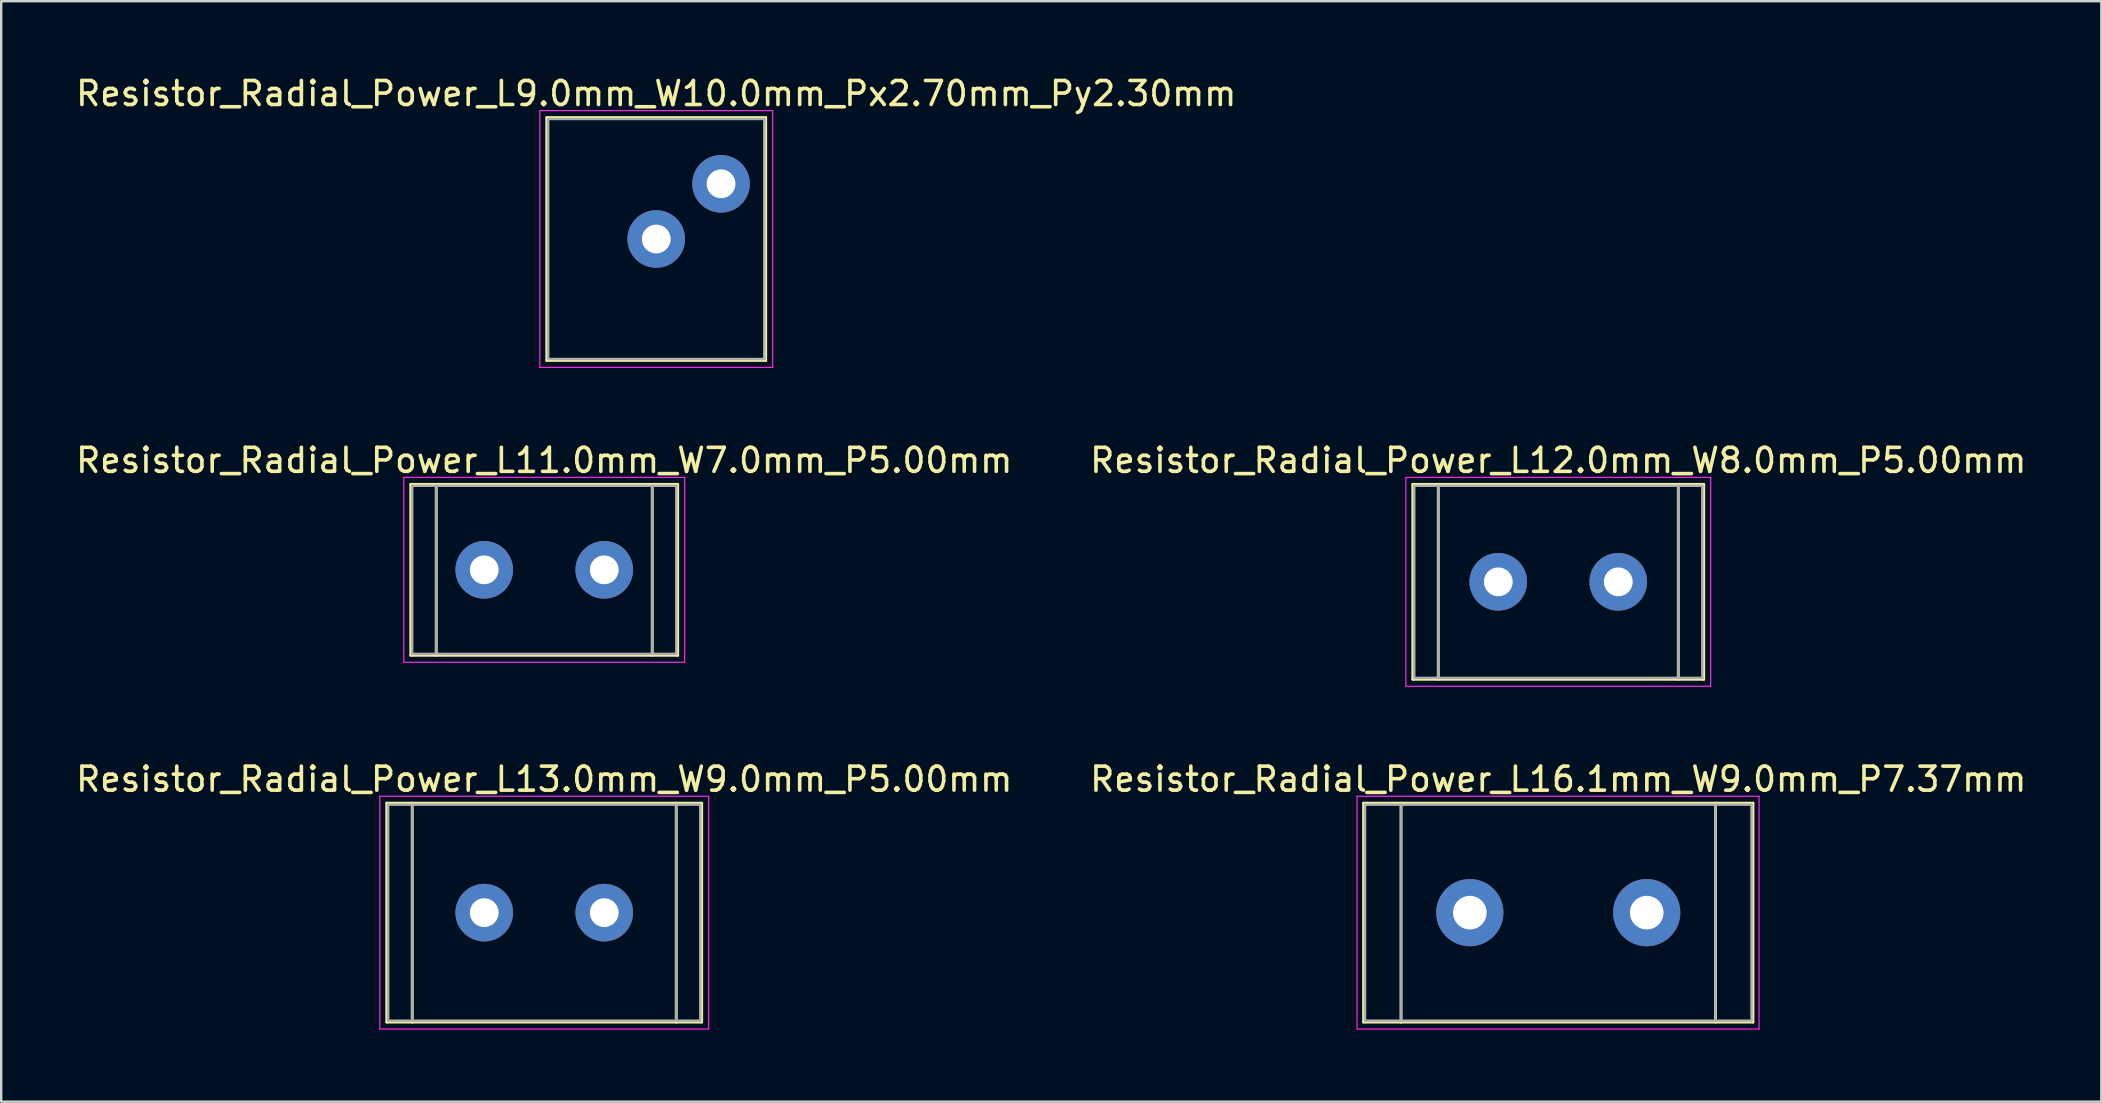
<source format=kicad_pcb>
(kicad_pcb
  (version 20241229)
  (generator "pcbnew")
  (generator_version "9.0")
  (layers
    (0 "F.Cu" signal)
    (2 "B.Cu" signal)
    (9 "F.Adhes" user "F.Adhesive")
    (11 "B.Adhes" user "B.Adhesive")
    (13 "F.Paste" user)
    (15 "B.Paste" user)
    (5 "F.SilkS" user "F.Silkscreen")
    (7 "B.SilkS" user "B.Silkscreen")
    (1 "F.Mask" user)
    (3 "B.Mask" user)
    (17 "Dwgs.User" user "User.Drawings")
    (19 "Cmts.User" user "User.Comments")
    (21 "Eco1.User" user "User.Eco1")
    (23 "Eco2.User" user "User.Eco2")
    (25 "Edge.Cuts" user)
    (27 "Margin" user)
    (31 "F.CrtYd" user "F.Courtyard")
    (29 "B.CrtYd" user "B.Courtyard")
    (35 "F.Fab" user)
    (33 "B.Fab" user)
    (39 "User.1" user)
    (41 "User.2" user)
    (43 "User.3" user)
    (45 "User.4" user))
  (footprint "Resistor_Radial_Power_L16.1mm_W9.0mm_P7.37mm"
    (layer "F.Cu")
    (at 58.19 34.975)
    (property "Reference" "Resistor_Radial_Power_L16.1mm_W9.0mm_P7.37mm" (at 3.685 -5.56 0) (layer "F.SilkS") (effects (font (size 1 1) (thickness 0.15))))
    (attr through_hole)
    (fp_line (start -4.426 -4.56) (end -4.426 4.56) (stroke (width 0.12) (type solid)) (layer "F.SilkS"))
    (fp_line (start -4.426 -4.56) (end 11.796 -4.56) (stroke (width 0.12) (type solid)) (layer "F.SilkS"))
    (fp_line (start -4.426 4.56) (end 11.796 4.56) (stroke (width 0.12) (type solid)) (layer "F.SilkS"))
    (fp_line (start -2.866 -4.56) (end -2.866 4.56) (stroke (width 0.12) (type solid)) (layer "F.SilkS"))
    (fp_line (start 10.236 -4.56) (end 10.236 4.56) (stroke (width 0.12) (type solid)) (layer "F.SilkS"))
    (fp_line (start 11.796 -4.56) (end 11.796 4.56) (stroke (width 0.12) (type solid)) (layer "F.SilkS"))
    (fp_line (start -4.7 -4.85) (end -4.7 4.85) (stroke (width 0.05) (type solid)) (layer "F.CrtYd"))
    (fp_line (start -4.7 4.85) (end 12.05 4.85) (stroke (width 0.05) (type solid)) (layer "F.CrtYd"))
    (fp_line (start 12.05 -4.85) (end -4.7 -4.85) (stroke (width 0.05) (type solid)) (layer "F.CrtYd"))
    (fp_line (start 12.05 4.85) (end 12.05 -4.85) (stroke (width 0.05) (type solid)) (layer "F.CrtYd"))
    (fp_line (start -4.365 -4.5) (end -4.365 4.5) (stroke (width 0.1) (type solid)) (layer "F.Fab"))
    (fp_line (start -4.365 4.5) (end 11.735 4.5) (stroke (width 0.1) (type solid)) (layer "F.Fab"))
    (fp_line (start -2.865 -4.5) (end -2.865 4.5) (stroke (width 0.1) (type solid)) (layer "F.Fab"))
    (fp_line (start 10.235 -4.5) (end 10.235 4.5) (stroke (width 0.1) (type solid)) (layer "F.Fab"))
    (fp_line (start 11.735 -4.5) (end -4.365 -4.5) (stroke (width 0.1) (type solid)) (layer "F.Fab"))
    (fp_line (start 11.735 4.5) (end 11.735 -4.5) (stroke (width 0.1) (type solid)) (layer "F.Fab"))
    (pad "1" thru_hole circle (at 0 0) (size 2.8 2.8) (drill 1.4) (layers "*.Cu" "*.Mask"))
    (pad "2" thru_hole circle (at 7.37 0) (size 2.8 2.8) (drill 1.4) (layers "*.Cu" "*.Mask")))
  (footprint "Resistor_Radial_Power_L11.0mm_W7.0mm_P5.00mm"
    (layer "F.Cu")
    (at 17.125 20.692)
    (property "Reference" "Resistor_Radial_Power_L11.0mm_W7.0mm_P5.00mm" (at 2.5 -4.56 0) (layer "F.SilkS") (effects (font (size 1 1) (thickness 0.15))))
    (attr through_hole)
    (fp_line (start -3.06 -3.56) (end -3.06 3.56) (stroke (width 0.12) (type solid)) (layer "F.SilkS"))
    (fp_line (start -3.06 -3.56) (end 8.06 -3.56) (stroke (width 0.12) (type solid)) (layer "F.SilkS"))
    (fp_line (start -3.06 3.56) (end 8.06 3.56) (stroke (width 0.12) (type solid)) (layer "F.SilkS"))
    (fp_line (start -2 -3.56) (end -2 3.56) (stroke (width 0.12) (type solid)) (layer "F.SilkS"))
    (fp_line (start 7 -3.56) (end 7 3.56) (stroke (width 0.12) (type solid)) (layer "F.SilkS"))
    (fp_line (start 8.06 -3.56) (end 8.06 3.56) (stroke (width 0.12) (type solid)) (layer "F.SilkS"))
    (fp_line (start -3.35 -3.85) (end -3.35 3.85) (stroke (width 0.05) (type solid)) (layer "F.CrtYd"))
    (fp_line (start -3.35 3.85) (end 8.35 3.85) (stroke (width 0.05) (type solid)) (layer "F.CrtYd"))
    (fp_line (start 8.35 -3.85) (end -3.35 -3.85) (stroke (width 0.05) (type solid)) (layer "F.CrtYd"))
    (fp_line (start 8.35 3.85) (end 8.35 -3.85) (stroke (width 0.05) (type solid)) (layer "F.CrtYd"))
    (fp_line (start -3 -3.5) (end -3 3.5) (stroke (width 0.1) (type solid)) (layer "F.Fab"))
    (fp_line (start -3 3.5) (end 8 3.5) (stroke (width 0.1) (type solid)) (layer "F.Fab"))
    (fp_line (start -2 -3.5) (end -2 3.5) (stroke (width 0.1) (type solid)) (layer "F.Fab"))
    (fp_line (start 7 -3.5) (end 7 3.5) (stroke (width 0.1) (type solid)) (layer "F.Fab"))
    (fp_line (start 8 -3.5) (end -3 -3.5) (stroke (width 0.1) (type solid)) (layer "F.Fab"))
    (fp_line (start 8 3.5) (end 8 -3.5) (stroke (width 0.1) (type solid)) (layer "F.Fab"))
    (pad "1" thru_hole circle (at 0 0) (size 2.4 2.4) (drill 1.2) (layers "*.Cu" "*.Mask"))
    (pad "2" thru_hole circle (at 5 0) (size 2.4 2.4) (drill 1.2) (layers "*.Cu" "*.Mask")))
  (footprint "Resistor_Radial_Power_L12.0mm_W8.0mm_P5.00mm"
    (layer "F.Cu")
    (at 59.375 21.192)
    (property "Reference" "Resistor_Radial_Power_L12.0mm_W8.0mm_P5.00mm" (at 2.5 -5.06 0) (layer "F.SilkS") (effects (font (size 1 1) (thickness 0.15))))
    (attr through_hole)
    (fp_line (start -3.56 -4.06) (end -3.56 4.06) (stroke (width 0.12) (type solid)) (layer "F.SilkS"))
    (fp_line (start -3.56 -4.06) (end 8.56 -4.06) (stroke (width 0.12) (type solid)) (layer "F.SilkS"))
    (fp_line (start -3.56 4.06) (end 8.56 4.06) (stroke (width 0.12) (type solid)) (layer "F.SilkS"))
    (fp_line (start -2.5 -4.06) (end -2.5 4.06) (stroke (width 0.12) (type solid)) (layer "F.SilkS"))
    (fp_line (start 7.5 -4.06) (end 7.5 4.06) (stroke (width 0.12) (type solid)) (layer "F.SilkS"))
    (fp_line (start 8.56 -4.06) (end 8.56 4.06) (stroke (width 0.12) (type solid)) (layer "F.SilkS"))
    (fp_line (start -3.85 -4.35) (end -3.85 4.35) (stroke (width 0.05) (type solid)) (layer "F.CrtYd"))
    (fp_line (start -3.85 4.35) (end 8.85 4.35) (stroke (width 0.05) (type solid)) (layer "F.CrtYd"))
    (fp_line (start 8.85 -4.35) (end -3.85 -4.35) (stroke (width 0.05) (type solid)) (layer "F.CrtYd"))
    (fp_line (start 8.85 4.35) (end 8.85 -4.35) (stroke (width 0.05) (type solid)) (layer "F.CrtYd"))
    (fp_line (start -3.5 -4) (end -3.5 4) (stroke (width 0.1) (type solid)) (layer "F.Fab"))
    (fp_line (start -3.5 4) (end 8.5 4) (stroke (width 0.1) (type solid)) (layer "F.Fab"))
    (fp_line (start -2.5 -4) (end -2.5 4) (stroke (width 0.1) (type solid)) (layer "F.Fab"))
    (fp_line (start 7.5 -4) (end 7.5 4) (stroke (width 0.1) (type solid)) (layer "F.Fab"))
    (fp_line (start 8.5 -4) (end -3.5 -4) (stroke (width 0.1) (type solid)) (layer "F.Fab"))
    (fp_line (start 8.5 4) (end 8.5 -4) (stroke (width 0.1) (type solid)) (layer "F.Fab"))
    (pad "1" thru_hole circle (at 0 0) (size 2.4 2.4) (drill 1.2) (layers "*.Cu" "*.Mask"))
    (pad "2" thru_hole circle (at 5 0) (size 2.4 2.4) (drill 1.2) (layers "*.Cu" "*.Mask")))
  (footprint "Resistor_Radial_Power_L13.0mm_W9.0mm_P5.00mm"
    (layer "F.Cu")
    (at 17.125 34.975)
    (property "Reference" "Resistor_Radial_Power_L13.0mm_W9.0mm_P5.00mm" (at 2.5 -5.56 0) (layer "F.SilkS") (effects (font (size 1 1) (thickness 0.15))))
    (attr through_hole)
    (fp_line (start -4.06 -4.56) (end -4.06 4.56) (stroke (width 0.12) (type solid)) (layer "F.SilkS"))
    (fp_line (start -4.06 -4.56) (end 9.06 -4.56) (stroke (width 0.12) (type solid)) (layer "F.SilkS"))
    (fp_line (start -4.06 4.56) (end 9.06 4.56) (stroke (width 0.12) (type solid)) (layer "F.SilkS"))
    (fp_line (start -3 -4.56) (end -3 4.56) (stroke (width 0.12) (type solid)) (layer "F.SilkS"))
    (fp_line (start 8 -4.56) (end 8 4.56) (stroke (width 0.12) (type solid)) (layer "F.SilkS"))
    (fp_line (start 9.06 -4.56) (end 9.06 4.56) (stroke (width 0.12) (type solid)) (layer "F.SilkS"))
    (fp_line (start -4.35 -4.85) (end -4.35 4.85) (stroke (width 0.05) (type solid)) (layer "F.CrtYd"))
    (fp_line (start -4.35 4.85) (end 9.35 4.85) (stroke (width 0.05) (type solid)) (layer "F.CrtYd"))
    (fp_line (start 9.35 -4.85) (end -4.35 -4.85) (stroke (width 0.05) (type solid)) (layer "F.CrtYd"))
    (fp_line (start 9.35 4.85) (end 9.35 -4.85) (stroke (width 0.05) (type solid)) (layer "F.CrtYd"))
    (fp_line (start -4 -4.5) (end -4 4.5) (stroke (width 0.1) (type solid)) (layer "F.Fab"))
    (fp_line (start -4 4.5) (end 9 4.5) (stroke (width 0.1) (type solid)) (layer "F.Fab"))
    (fp_line (start -3 -4.5) (end -3 4.5) (stroke (width 0.1) (type solid)) (layer "F.Fab"))
    (fp_line (start 8 -4.5) (end 8 4.5) (stroke (width 0.1) (type solid)) (layer "F.Fab"))
    (fp_line (start 9 -4.5) (end -4 -4.5) (stroke (width 0.1) (type solid)) (layer "F.Fab"))
    (fp_line (start 9 4.5) (end 9 -4.5) (stroke (width 0.1) (type solid)) (layer "F.Fab"))
    (pad "1" thru_hole circle (at 0 0) (size 2.4 2.4) (drill 1.2) (layers "*.Cu" "*.Mask"))
    (pad "2" thru_hole circle (at 5 0) (size 2.4 2.4) (drill 1.2) (layers "*.Cu" "*.Mask")))
  (footprint "Resistor_Radial_Power_L9.0mm_W10.0mm_Px2.70mm_Py2.30mm"
    (layer "F.Cu")
    (at 24.292 6.908)
    (property "Reference" "Resistor_Radial_Power_L9.0mm_W10.0mm_Px2.70mm_Py2.30mm" (at 0 -6.06 0) (layer "F.SilkS") (effects (font (size 1 1) (thickness 0.15))))
    (attr through_hole)
    (fp_line (start -4.56 -5.06) (end -4.56 5.06) (stroke (width 0.12) (type solid)) (layer "F.SilkS"))
    (fp_line (start -4.56 -5.06) (end 4.56 -5.06) (stroke (width 0.12) (type solid)) (layer "F.SilkS"))
    (fp_line (start -4.56 5.06) (end 4.56 5.06) (stroke (width 0.12) (type solid)) (layer "F.SilkS"))
    (fp_line (start 4.56 -5.06) (end 4.56 5.06) (stroke (width 0.12) (type solid)) (layer "F.SilkS"))
    (fp_line (start -4.85 -5.35) (end -4.85 5.35) (stroke (width 0.05) (type solid)) (layer "F.CrtYd"))
    (fp_line (start -4.85 5.35) (end 4.85 5.35) (stroke (width 0.05) (type solid)) (layer "F.CrtYd"))
    (fp_line (start 4.85 -5.35) (end -4.85 -5.35) (stroke (width 0.05) (type solid)) (layer "F.CrtYd"))
    (fp_line (start 4.85 5.35) (end 4.85 -5.35) (stroke (width 0.05) (type solid)) (layer "F.CrtYd"))
    (fp_line (start -4.5 -5) (end -4.5 5) (stroke (width 0.1) (type solid)) (layer "F.Fab"))
    (fp_line (start -4.5 5) (end 4.5 5) (stroke (width 0.1) (type solid)) (layer "F.Fab"))
    (fp_line (start 4.5 -5) (end -4.5 -5) (stroke (width 0.1) (type solid)) (layer "F.Fab"))
    (fp_line (start 4.5 5) (end 4.5 -5) (stroke (width 0.1) (type solid)) (layer "F.Fab"))
    (pad "1" thru_hole circle (at 0 0) (size 2.4 2.4) (drill 1.2) (layers "*.Cu" "*.Mask"))
    (pad "2" thru_hole circle (at 2.7 -2.3) (size 2.4 2.4) (drill 1.2) (layers "*.Cu" "*.Mask")))
  (gr_rect
    (start -3 -3)
    (end 84.5 42.85)
    (stroke (width 0.1) (type default))
    (fill no)
    (layer "Edge.Cuts")))
</source>
